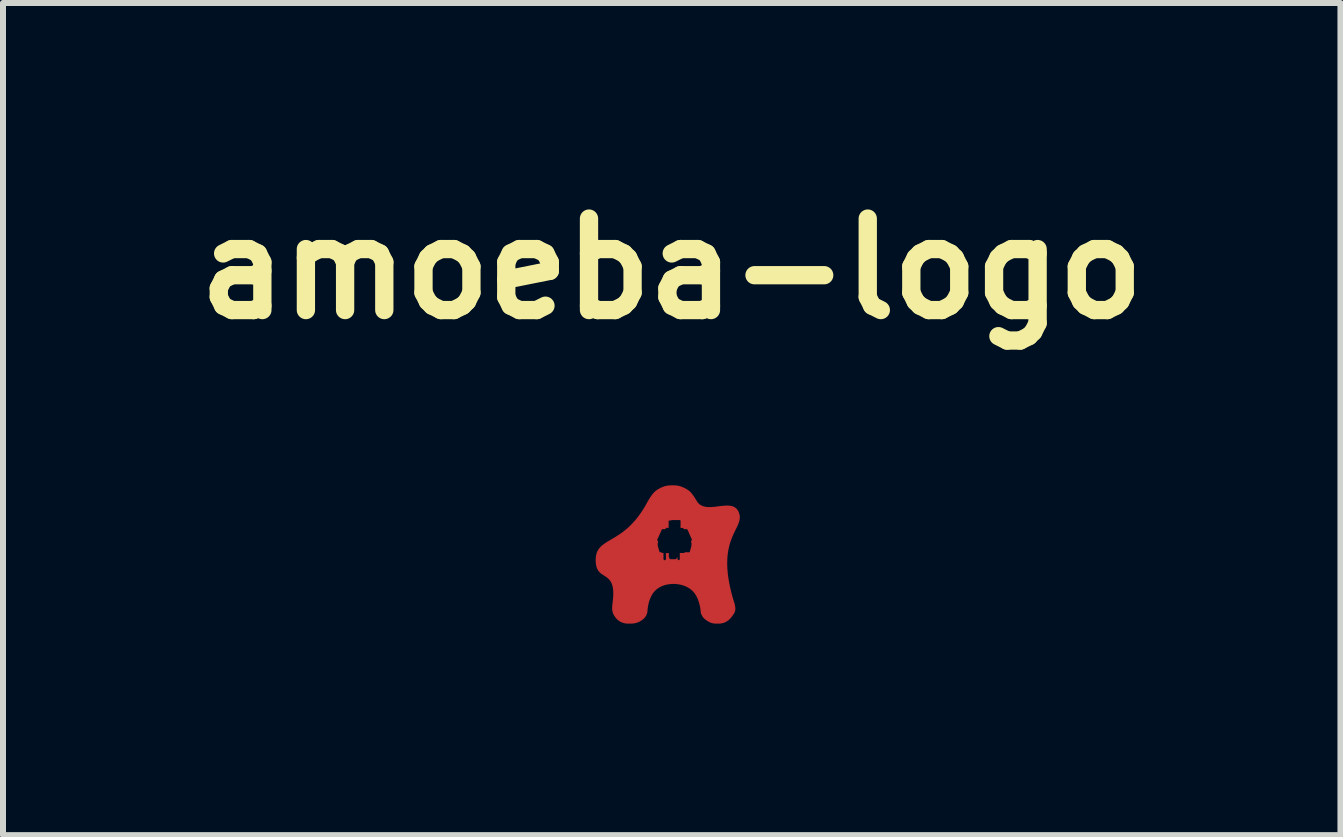
<source format=kicad_pcb>
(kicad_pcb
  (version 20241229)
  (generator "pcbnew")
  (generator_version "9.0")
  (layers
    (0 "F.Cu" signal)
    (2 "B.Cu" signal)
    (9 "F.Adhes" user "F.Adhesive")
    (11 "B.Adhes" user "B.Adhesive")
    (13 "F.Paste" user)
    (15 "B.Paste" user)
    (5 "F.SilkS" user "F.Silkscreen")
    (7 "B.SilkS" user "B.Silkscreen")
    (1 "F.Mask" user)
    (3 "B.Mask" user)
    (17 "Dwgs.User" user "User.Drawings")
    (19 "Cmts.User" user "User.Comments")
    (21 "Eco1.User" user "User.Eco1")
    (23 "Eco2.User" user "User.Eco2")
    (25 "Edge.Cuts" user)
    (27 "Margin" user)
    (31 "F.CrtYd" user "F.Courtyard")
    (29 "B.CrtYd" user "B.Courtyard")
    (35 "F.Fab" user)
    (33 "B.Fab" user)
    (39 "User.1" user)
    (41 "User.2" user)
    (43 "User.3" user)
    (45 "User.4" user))
  (footprint "amoeba-logo"
    (layer "F.Cu")
    (at 8.143 6.17)
    (property "Reference" "amoeba-logo" (at 0 -4.743 0) (layer "F.SilkS") (effects (font (size 1.524 1.524) (thickness 0.305))))
    (attr smd)
    (fp_poly (pts (xy -0.014 -1.133) (xy 0.008 -0.554) (xy 0.139 -0.554) (xy 0.147 -0.543) (xy 0.146 -0.423) (xy 0.192 -0.423) (xy 0.199 -0.404) (xy 0.252 -0.403) (xy 0.259 -0.399) (xy 0.264 -0.392) (xy 0.34 -0.219) (xy 0.322 -0.211) (xy 0.323 -0.182) (xy 0.328 -0.183) (xy 0.328 -0.127) (xy 0.299 -0.018) (xy 0.212 -0.018) (xy 0.212 -0.006) (xy 0.134 -0.006) (xy 0.134 0.099) (xy 0.116 0.117) (xy 0.095 0.099) (xy 0.096 0.061) (xy 0.069 0.098) (xy -0.029 0.098) (xy -0.049 0.061) (xy -0.048 -0.005) (xy -0.098 -0.005) (xy -0.097 0.1) (xy -0.117 0.118) (xy -0.138 0.1) (xy -0.138 -0.006) (xy -0.17 -0.006) (xy -0.17 -0.02) (xy -0.202 -0.018) (xy -0.234 -0.128) (xy -0.233 -0.18) (xy -0.228 -0.181) (xy -0.229 -0.211) (xy -0.237 -0.211) (xy -0.246 -0.218) (xy -0.166 -0.397) (xy -0.162 -0.401) (xy -0.156 -0.403) (xy -0.105 -0.403) (xy -0.096 -0.424) (xy -0.052 -0.424) (xy -0.052 -0.543) (xy 0.008 -0.554) (xy -0.014 -1.133) (xy -0.041 -1.132) (xy -0.069 -1.129) (xy -0.095 -1.124) (xy -0.122 -1.117) (xy -0.149 -1.107) (xy -0.176 -1.096) (xy -0.202 -1.083) (xy -0.229 -1.067) (xy -0.255 -1.05) (xy -0.279 -1.031) (xy -0.301 -1.009) (xy -0.322 -0.985) (xy -0.341 -0.959) (xy -0.359 -0.933) (xy -0.376 -0.907) (xy -0.39 -0.882) (xy -0.403 -0.86) (xy -0.414 -0.841) (xy -0.422 -0.825) (xy -0.444 -0.786) (xy -0.466 -0.749) (xy -0.489 -0.714) (xy -0.511 -0.68) (xy -0.534 -0.648) (xy -0.556 -0.618) (xy -0.578 -0.589) (xy -0.601 -0.561) (xy -0.623 -0.535) (xy -0.646 -0.51) (xy -0.668 -0.487) (xy -0.69 -0.465) (xy -0.712 -0.443) (xy -0.734 -0.423) (xy -0.756 -0.404) (xy -0.778 -0.386) (xy -0.799 -0.369) (xy -0.82 -0.353) (xy -0.841 -0.338) (xy -0.862 -0.323) (xy -0.883 -0.309) (xy -0.903 -0.296) (xy -0.923 -0.284) (xy -0.942 -0.271) (xy -0.961 -0.26) (xy -0.98 -0.249) (xy -0.998 -0.238) (xy -1.016 -0.227) (xy -1.034 -0.217) (xy -1.051 -0.207) (xy -1.067 -0.197) (xy -1.083 -0.187) (xy -1.099 -0.177) (xy -1.114 -0.167) (xy -1.128 -0.157) (xy -1.142 -0.147) (xy -1.155 -0.136) (xy -1.168 -0.126) (xy -1.18 -0.115) (xy -1.191 -0.103) (xy -1.202 -0.091) (xy -1.212 -0.079) (xy -1.221 -0.066) (xy -1.229 -0.053) (xy -1.237 -0.038) (xy -1.244 -0.024) (xy -1.25 -0.008) (xy -1.255 0.009) (xy -1.259 0.026) (xy -1.263 0.045) (xy -1.265 0.064) (xy -1.267 0.085) (xy -1.267 0.106) (xy -1.267 0.132) (xy -1.266 0.155) (xy -1.264 0.177) (xy -1.26 0.197) (xy -1.256 0.215) (xy -1.252 0.232) (xy -1.246 0.248) (xy -1.24 0.262) (xy -1.233 0.275) (xy -1.225 0.287) (xy -1.217 0.298) (xy -1.208 0.308) (xy -1.199 0.318) (xy -1.19 0.327) (xy -1.18 0.335) (xy -1.17 0.343) (xy -1.159 0.35) (xy -1.149 0.357) (xy -1.138 0.364) (xy -1.127 0.371) (xy -1.116 0.378) (xy -1.105 0.385) (xy -1.095 0.392) (xy -1.084 0.4) (xy -1.074 0.408) (xy -1.064 0.416) (xy -1.054 0.425) (xy -1.044 0.435) (xy -1.035 0.446) (xy -1.026 0.457) (xy -1.018 0.47) (xy -1.01 0.483) (xy -1.003 0.498) (xy -0.997 0.514) (xy -0.991 0.532) (xy -0.986 0.551) (xy -0.982 0.571) (xy -0.979 0.594) (xy -0.976 0.618) (xy -0.975 0.644) (xy -0.974 0.672) (xy -0.975 0.702) (xy -0.977 0.734) (xy -0.98 0.769) (xy -0.984 0.806) (xy -0.988 0.843) (xy -0.992 0.876) (xy -0.993 0.906) (xy -0.993 0.933) (xy -0.99 0.958) (xy -0.984 0.983) (xy -0.976 1.007) (xy -0.963 1.031) (xy -0.947 1.056) (xy -0.928 1.08) (xy -0.908 1.102) (xy -0.886 1.12) (xy -0.863 1.136) (xy -0.838 1.148) (xy -0.812 1.158) (xy -0.785 1.165) (xy -0.756 1.17) (xy -0.726 1.171) (xy -0.685 1.171) (xy -0.656 1.17) (xy -0.627 1.167) (xy -0.6 1.161) (xy -0.573 1.153) (xy -0.548 1.143) (xy -0.523 1.13) (xy -0.5 1.115) (xy -0.476 1.097) (xy -0.455 1.077) (xy -0.437 1.054) (xy -0.423 1.03) (xy -0.413 1.003) (xy -0.405 0.975) (xy -0.405 0.971) (xy -0.405 0.962) (xy -0.404 0.947) (xy -0.402 0.928) (xy -0.399 0.905) (xy -0.395 0.878) (xy -0.389 0.849) (xy -0.381 0.817) (xy -0.372 0.785) (xy -0.359 0.752) (xy -0.344 0.718) (xy -0.327 0.686) (xy -0.306 0.655) (xy -0.281 0.626) (xy -0.253 0.6) (xy -0.231 0.583) (xy -0.207 0.568) (xy -0.182 0.555) (xy -0.156 0.543) (xy -0.128 0.533) (xy -0.1 0.525) (xy -0.071 0.519) (xy -0.041 0.514) (xy -0.011 0.511) (xy 0.019 0.51) (xy 0.049 0.51) (xy 0.08 0.512) (xy 0.11 0.516) (xy 0.139 0.521) (xy 0.168 0.528) (xy 0.197 0.537) (xy 0.224 0.547) (xy 0.251 0.559) (xy 0.276 0.573) (xy 0.3 0.588) (xy 0.323 0.605) (xy 0.351 0.631) (xy 0.376 0.66) (xy 0.398 0.691) (xy 0.416 0.724) (xy 0.432 0.757) (xy 0.444 0.79) (xy 0.455 0.823) (xy 0.463 0.854) (xy 0.47 0.883) (xy 0.475 0.91) (xy 0.478 0.934) (xy 0.48 0.953) (xy 0.482 0.968) (xy 0.482 0.977) (xy 0.482 0.98) (xy 0.489 1.007) (xy 0.5 1.031) (xy 0.514 1.055) (xy 0.531 1.077) (xy 0.552 1.097) (xy 0.577 1.115) (xy 0.602 1.132) (xy 0.628 1.146) (xy 0.654 1.157) (xy 0.682 1.165) (xy 0.71 1.17) (xy 0.738 1.171) (xy 0.779 1.171) (xy 0.809 1.17) (xy 0.838 1.165) (xy 0.865 1.158) (xy 0.891 1.148) (xy 0.916 1.134) (xy 0.94 1.118) (xy 0.962 1.099) (xy 0.983 1.077) (xy 1.003 1.052) (xy 1.02 1.028) (xy 1.035 1.007) (xy 1.046 0.986) (xy 1.054 0.964) (xy 1.059 0.941) (xy 1.06 0.915) (xy 1.056 0.885) (xy 1.049 0.849) (xy 1.037 0.806) (xy 1.021 0.755) (xy 1.007 0.706) (xy 0.994 0.658) (xy 0.983 0.611) (xy 0.972 0.566) (xy 0.963 0.522) (xy 0.955 0.479) (xy 0.948 0.438) (xy 0.941 0.398) (xy 0.936 0.359) (xy 0.932 0.321) (xy 0.929 0.284) (xy 0.926 0.249) (xy 0.925 0.214) (xy 0.924 0.181) (xy 0.924 0.148) (xy 0.925 0.117) (xy 0.926 0.087) (xy 0.928 0.057) (xy 0.931 0.029) (xy 0.934 0.001) (xy 0.938 -0.025) (xy 0.943 -0.051) (xy 0.947 -0.076) (xy 0.953 -0.1) (xy 0.958 -0.124) (xy 0.964 -0.146) (xy 0.971 -0.168) (xy 0.977 -0.19) (xy 0.984 -0.21) (xy 0.992 -0.23) (xy 0.999 -0.249) (xy 1.006 -0.268) (xy 1.014 -0.286) (xy 1.022 -0.304) (xy 1.029 -0.321) (xy 1.037 -0.338) (xy 1.045 -0.354) (xy 1.052 -0.369) (xy 1.06 -0.385) (xy 1.067 -0.4) (xy 1.074 -0.414) (xy 1.081 -0.429) (xy 1.088 -0.442) (xy 1.094 -0.456) (xy 1.1 -0.47) (xy 1.106 -0.483) (xy 1.111 -0.496) (xy 1.116 -0.509) (xy 1.12 -0.521) (xy 1.124 -0.534) (xy 1.127 -0.547) (xy 1.13 -0.559) (xy 1.132 -0.571) (xy 1.133 -0.584) (xy 1.134 -0.596) (xy 1.134 -0.609) (xy 1.133 -0.621) (xy 1.131 -0.634) (xy 1.129 -0.647) (xy 1.125 -0.66) (xy 1.121 -0.673) (xy 1.111 -0.696) (xy 1.1 -0.717) (xy 1.087 -0.734) (xy 1.073 -0.749) (xy 1.057 -0.762) (xy 1.041 -0.772) (xy 1.023 -0.78) (xy 1.004 -0.787) (xy 0.984 -0.791) (xy 0.963 -0.794) (xy 0.942 -0.796) (xy 0.92 -0.796) (xy 0.897 -0.796) (xy 0.874 -0.794) (xy 0.85 -0.792) (xy 0.826 -0.79) (xy 0.802 -0.787) (xy 0.777 -0.784) (xy 0.752 -0.78) (xy 0.728 -0.777) (xy 0.703 -0.775) (xy 0.679 -0.773) (xy 0.655 -0.771) (xy 0.631 -0.771) (xy 0.607 -0.771) (xy 0.584 -0.773) (xy 0.562 -0.776) (xy 0.54 -0.78) (xy 0.52 -0.787) (xy 0.5 -0.795) (xy 0.48 -0.805) (xy 0.462 -0.818) (xy 0.445 -0.833) (xy 0.433 -0.847) (xy 0.42 -0.867) (xy 0.405 -0.891) (xy 0.388 -0.919) (xy 0.37 -0.947) (xy 0.349 -0.976) (xy 0.328 -1.004) (xy 0.304 -1.029) (xy 0.279 -1.05) (xy 0.252 -1.067) (xy 0.225 -1.083) (xy 0.198 -1.096) (xy 0.171 -1.107) (xy 0.145 -1.117) (xy 0.118 -1.124) (xy 0.091 -1.129) (xy 0.064 -1.132) (xy 0.038 -1.133) (xy -0.014 -1.133)) (stroke (width 0) (type solid)) (fill yes) (layer "F.Cu"))
    (fp_poly (pts (xy -0.105 -1.695) (xy -0.134 -1.694) (xy -0.163 -1.692) (xy -0.192 -1.689) (xy -0.221 -1.684) (xy -0.25 -1.677) (xy -0.278 -1.67) (xy -0.307 -1.66) (xy -0.336 -1.65) (xy -0.364 -1.638) (xy -0.393 -1.624) (xy -0.421 -1.609) (xy -0.45 -1.593) (xy -0.478 -1.575) (xy -0.506 -1.556) (xy -0.531 -1.537) (xy -0.555 -1.516) (xy -0.578 -1.493) (xy -0.6 -1.469) (xy -0.621 -1.443) (xy -0.642 -1.416) (xy -0.661 -1.389) (xy -0.68 -1.362) (xy -0.697 -1.334) (xy -0.714 -1.308) (xy -0.729 -1.282) (xy -0.743 -1.258) (xy -0.755 -1.236) (xy -0.766 -1.215) (xy -0.776 -1.197) (xy -0.784 -1.182) (xy -0.808 -1.141) (xy -0.831 -1.1) (xy -0.854 -1.061) (xy -0.876 -1.024) (xy -0.899 -0.988) (xy -0.921 -0.953) (xy -0.942 -0.919) (xy -0.964 -0.887) (xy -0.985 -0.856) (xy -1.006 -0.826) (xy -1.027 -0.797) (xy -1.048 -0.769) (xy -1.068 -0.743) (xy -1.088 -0.717) (xy -1.108 -0.693) (xy -1.127 -0.669) (xy -1.147 -0.647) (xy -1.166 -0.625) (xy -1.185 -0.604) (xy -1.203 -0.584) (xy -1.221 -0.566) (xy -1.239 -0.547) (xy -1.257 -0.53) (xy -1.274 -0.514) (xy -1.292 -0.498) (xy -1.308 -0.483) (xy -1.325 -0.468) (xy -1.341 -0.455) (xy -1.358 -0.441) (xy -1.373 -0.429) (xy -1.389 -0.417) (xy -1.404 -0.405) (xy -1.419 -0.395) (xy -1.434 -0.384) (xy -1.449 -0.374) (xy -1.463 -0.364) (xy -1.477 -0.355) (xy -1.49 -0.346) (xy -1.504 -0.338) (xy -1.517 -0.33) (xy -1.53 -0.322) (xy -1.542 -0.314) (xy -1.554 -0.306) (xy -1.566 -0.299) (xy -1.578 -0.292) (xy -1.59 -0.285) (xy -1.601 -0.278) (xy -1.612 -0.271) (xy -1.622 -0.264) (xy -1.632 -0.257) (xy -1.642 -0.25) (xy -1.652 -0.243) (xy -1.661 -0.236) (xy -1.671 -0.229) (xy -1.679 -0.222) (xy -1.688 -0.215) (xy -1.696 -0.207) (xy -1.704 -0.199) (xy -1.712 -0.191) (xy -1.719 -0.183) (xy -1.726 -0.174) (xy -1.733 -0.165) (xy -1.74 -0.155) (xy -1.746 -0.145) (xy -1.752 -0.135) (xy -1.757 -0.124) (xy -1.763 -0.113) (xy -1.768 -0.101) (xy -1.772 -0.089) (xy -1.777 -0.076) (xy -1.781 -0.062) (xy -1.785 -0.048) (xy -1.788 -0.033) (xy -1.791 -0.018) (xy -1.794 -0.001) (xy -1.797 0.016) (xy -1.799 0.034) (xy -1.801 0.052) (xy -1.803 0.072) (xy -1.804 0.092) (xy -1.805 0.113) (xy -1.806 0.136) (xy -1.806 0.159) (xy -1.806 0.177) (xy -1.804 0.194) (xy -1.803 0.209) (xy -1.8 0.224) (xy -1.797 0.238) (xy -1.793 0.25) (xy -1.789 0.262) (xy -1.784 0.273) (xy -1.778 0.283) (xy -1.772 0.293) (xy -1.766 0.301) (xy -1.759 0.309) (xy -1.751 0.316) (xy -1.743 0.323) (xy -1.735 0.328) (xy -1.726 0.334) (xy -1.716 0.339) (xy -1.707 0.343) (xy -1.697 0.347) (xy -1.687 0.351) (xy -1.676 0.354) (xy -1.666 0.357) (xy -1.655 0.36) (xy -1.643 0.362) (xy -1.632 0.364) (xy -1.62 0.367) (xy -1.609 0.369) (xy -1.597 0.371) (xy -1.585 0.373) (xy -1.573 0.375) (xy -1.561 0.377) (xy -1.549 0.379) (xy -1.536 0.382) (xy -1.524 0.385) (xy -1.512 0.388) (xy -1.5 0.391) (xy -1.488 0.394) (xy -1.477 0.398) (xy -1.465 0.402) (xy -1.453 0.407) (xy -1.442 0.412) (xy -1.431 0.418) (xy -1.42 0.425) (xy -1.409 0.432) (xy -1.399 0.439) (xy -1.389 0.448) (xy -1.379 0.457) (xy -1.369 0.467) (xy -1.36 0.477) (xy -1.351 0.489) (xy -1.343 0.501) (xy -1.335 0.515) (xy -1.328 0.529) (xy -1.321 0.545) (xy -1.314 0.561) (xy -1.308 0.579) (xy -1.303 0.598) (xy -1.298 0.618) (xy -1.294 0.639) (xy -1.29 0.662) (xy -1.287 0.686) (xy -1.285 0.711) (xy -1.283 0.738) (xy -1.282 0.766) (xy -1.282 0.795) (xy -1.282 0.827) (xy -1.284 0.859) (xy -1.286 0.894) (xy -1.289 0.93) (xy -1.292 0.968) (xy -1.297 1.007) (xy -1.302 1.045) (xy -1.306 1.08) (xy -1.309 1.113) (xy -1.311 1.144) (xy -1.313 1.173) (xy -1.313 1.201) (xy -1.311 1.228) (xy -1.308 1.253) (xy -1.304 1.278) (xy -1.298 1.302) (xy -1.29 1.326) (xy -1.28 1.35) (xy -1.267 1.374) (xy -1.252 1.399) (xy -1.235 1.424) (xy -1.217 1.449) (xy -1.197 1.472) (xy -1.177 1.493) (xy -1.156 1.513) (xy -1.134 1.531) (xy -1.111 1.547) (xy -1.087 1.561) (xy -1.063 1.574) (xy -1.038 1.585) (xy -1.011 1.594) (xy -0.984 1.602) (xy -0.956 1.608) (xy -0.928 1.612) (xy -0.898 1.615) (xy -0.868 1.616) (xy -0.8 1.616) (xy -0.768 1.615) (xy -0.737 1.613) (xy -0.707 1.609) (xy -0.677 1.603) (xy -0.648 1.597) (xy -0.62 1.588) (xy -0.593 1.578) (xy -0.566 1.567) (xy -0.54 1.554) (xy -0.515 1.539) (xy -0.491 1.523) (xy -0.466 1.505) (xy -0.443 1.486) (xy -0.422 1.466) (xy -0.403 1.444) (xy -0.386 1.421) (xy -0.372 1.397) (xy -0.359 1.372) (xy -0.348 1.345) (xy -0.34 1.317) (xy -0.333 1.288) (xy -0.308 1.273) (xy -0.283 1.258) (xy -0.258 1.245) (xy -0.233 1.233) (xy -0.207 1.222) (xy -0.181 1.212) (xy -0.155 1.204) (xy -0.129 1.196) (xy -0.103 1.19) (xy -0.076 1.185) (xy -0.05 1.181) (xy -0.023 1.179) (xy 0.004 1.177) (xy 0.031 1.177) (xy 0.058 1.178) (xy 0.085 1.18) (xy 0.112 1.183) (xy 0.139 1.187) (xy 0.166 1.193) (xy 0.193 1.2) (xy 0.22 1.208) (xy 0.247 1.217) (xy 0.274 1.228) (xy 0.301 1.239) (xy 0.328 1.252) (xy 0.355 1.266) (xy 0.381 1.282) (xy 0.408 1.298) (xy 0.434 1.316) (xy 0.46 1.335) (xy 0.486 1.355) (xy 0.511 1.377) (xy 0.518 1.404) (xy 0.526 1.429) (xy 0.536 1.454) (xy 0.549 1.478) (xy 0.563 1.501) (xy 0.58 1.523) (xy 0.599 1.545) (xy 0.62 1.565) (xy 0.644 1.584) (xy 0.669 1.602) (xy 0.694 1.62) (xy 0.719 1.636) (xy 0.745 1.65) (xy 0.771 1.662) (xy 0.798 1.672) (xy 0.825 1.68) (xy 0.853 1.687) (xy 0.881 1.691) (xy 0.909 1.694) (xy 0.938 1.695) (xy 1.006 1.695) (xy 1.036 1.694) (xy 1.065 1.692) (xy 1.094 1.687) (xy 1.122 1.681) (xy 1.149 1.673) (xy 1.175 1.663) (xy 1.201 1.652) (xy 1.226 1.639) (xy 1.25 1.624) (xy 1.274 1.607) (xy 1.296 1.589) (xy 1.318 1.569) (xy 1.339 1.547) (xy 1.36 1.523) (xy 1.38 1.497) (xy 1.397 1.473) (xy 1.413 1.45) (xy 1.427 1.428) (xy 1.44 1.407) (xy 1.45 1.386) (xy 1.459 1.365) (xy 1.466 1.343) (xy 1.471 1.32) (xy 1.473 1.295) (xy 1.473 1.268) (xy 1.471 1.239) (xy 1.466 1.207) (xy 1.459 1.171) (xy 1.448 1.131) (xy 1.435 1.086) (xy 1.42 1.036) (xy 1.405 0.987) (xy 1.391 0.939) (xy 1.378 0.893) (xy 1.366 0.847) (xy 1.355 0.802) (xy 1.344 0.758) (xy 1.334 0.716) (xy 1.324 0.674) (xy 1.315 0.633) (xy 1.307 0.594) (xy 1.3 0.555) (xy 1.293 0.517) (xy 1.287 0.48) (xy 1.281 0.444) (xy 1.277 0.409) (xy 1.272 0.375) (xy 1.268 0.341) (xy 1.265 0.309) (xy 1.263 0.277) (xy 1.26 0.247) (xy 1.259 0.217) (xy 1.258 0.187) (xy 1.257 0.159) (xy 1.257 0.131) (xy 1.258 0.105) (xy 1.258 0.078) (xy 1.26 0.053) (xy 1.261 0.028) (xy 1.263 0.004) (xy 1.266 -0.019) (xy 1.269 -0.042) (xy 1.272 -0.064) (xy 1.276 -0.085) (xy 1.28 -0.106) (xy 1.284 -0.126) (xy 1.289 -0.145) (xy 1.294 -0.164) (xy 1.299 -0.183) (xy 1.305 -0.2) (xy 1.311 -0.218) (xy 1.317 -0.234) (xy 1.323 -0.251) (xy 1.33 -0.266) (xy 1.336 -0.282) (xy 1.343 -0.296) (xy 1.351 -0.311) (xy 1.358 -0.325) (xy 1.366 -0.338) (xy 1.373 -0.351) (xy 1.381 -0.364) (xy 1.389 -0.376) (xy 1.397 -0.388) (xy 1.405 -0.4) (xy 1.414 -0.411) (xy 1.422 -0.422) (xy 1.43 -0.432) (xy 1.439 -0.443) (xy 1.447 -0.453) (xy 1.456 -0.462) (xy 1.464 -0.472) (xy 1.473 -0.481) (xy 1.481 -0.49) (xy 1.489 -0.499) (xy 1.498 -0.508) (xy 1.506 -0.516) (xy 1.514 -0.524) (xy 1.523 -0.533) (xy 1.531 -0.541) (xy 1.539 -0.549) (xy 1.546 -0.556) (xy 1.554 -0.564) (xy 1.562 -0.572) (xy 1.569 -0.579) (xy 1.576 -0.587) (xy 1.583 -0.594) (xy 1.59 -0.602) (xy 1.596 -0.609) (xy 1.603 -0.617) (xy 1.609 -0.624) (xy 1.615 -0.632) (xy 1.62 -0.639) (xy 1.625 -0.647) (xy 1.63 -0.655) (xy 1.635 -0.663) (xy 1.639 -0.671) (xy 1.643 -0.679) (xy 1.647 -0.687) (xy 1.65 -0.695) (xy 1.653 -0.704) (xy 1.656 -0.713) (xy 1.658 -0.721) (xy 1.659 -0.731) (xy 1.661 -0.74) (xy 1.661 -0.75) (xy 1.662 -0.759) (xy 1.661 -0.77) (xy 1.661 -0.78) (xy 1.66 -0.791) (xy 1.658 -0.802) (xy 1.656 -0.813) (xy 1.653 -0.825) (xy 1.65 -0.837) (xy 1.646 -0.849) (xy 1.642 -0.862) (xy 1.631 -0.888) (xy 1.62 -0.913) (xy 1.608 -0.935) (xy 1.596 -0.955) (xy 1.582 -0.974) (xy 1.568 -0.991) (xy 1.554 -1.006) (xy 1.538 -1.02) (xy 1.522 -1.032) (xy 1.506 -1.043) (xy 1.488 -1.052) (xy 1.471 -1.06) (xy 1.452 -1.067) (xy 1.434 -1.073) (xy 1.414 -1.078) (xy 1.395 -1.082) (xy 1.375 -1.085) (xy 1.354 -1.087) (xy 1.333 -1.089) (xy 1.312 -1.09) (xy 1.291 -1.09) (xy 1.269 -1.09) (xy 1.247 -1.089) (xy 1.225 -1.088) (xy 1.203 -1.087) (xy 1.18 -1.086) (xy 1.157 -1.084) (xy 1.135 -1.083) (xy 1.112 -1.081) (xy 1.089 -1.08) (xy 1.066 -1.079) (xy 1.043 -1.078) (xy 1.02 -1.077) (xy 0.997 -1.077) (xy 0.975 -1.077) (xy 0.952 -1.078) (xy 0.929 -1.08) (xy 0.907 -1.082) (xy 0.885 -1.085) (xy 0.863 -1.089) (xy 0.841 -1.094) (xy 0.82 -1.1) (xy 0.799 -1.107) (xy 0.778 -1.116) (xy 0.757 -1.125) (xy 0.737 -1.136) (xy 0.718 -1.148) (xy 0.699 -1.162) (xy 0.68 -1.178) (xy 0.661 -1.195) (xy 0.65 -1.208) (xy 0.637 -1.225) (xy 0.624 -1.245) (xy 0.609 -1.267) (xy 0.594 -1.292) (xy 0.577 -1.319) (xy 0.56 -1.347) (xy 0.542 -1.376) (xy 0.522 -1.405) (xy 0.502 -1.434) (xy 0.48 -1.461) (xy 0.458 -1.488) (xy 0.434 -1.513) (xy 0.409 -1.536) (xy 0.383 -1.556) (xy 0.355 -1.575) (xy 0.326 -1.593) (xy 0.297 -1.609) (xy 0.269 -1.624) (xy 0.24 -1.638) (xy 0.211 -1.65) (xy 0.183 -1.66) (xy 0.154 -1.67) (xy 0.125 -1.677) (xy 0.097 -1.684) (xy 0.068 -1.689) (xy 0.039 -1.692) (xy 0.01 -1.694) (xy -0.018 -1.695) (xy -0.105 -1.695)) (stroke (width 0) (type solid)) (fill yes) (layer "F.Mask")))
  (gr_rect
    (start -3 -3)
    (end 19.285 10.865)
    (stroke (width 0.1) (type default))
    (fill no)
    (layer "Edge.Cuts")))
</source>
